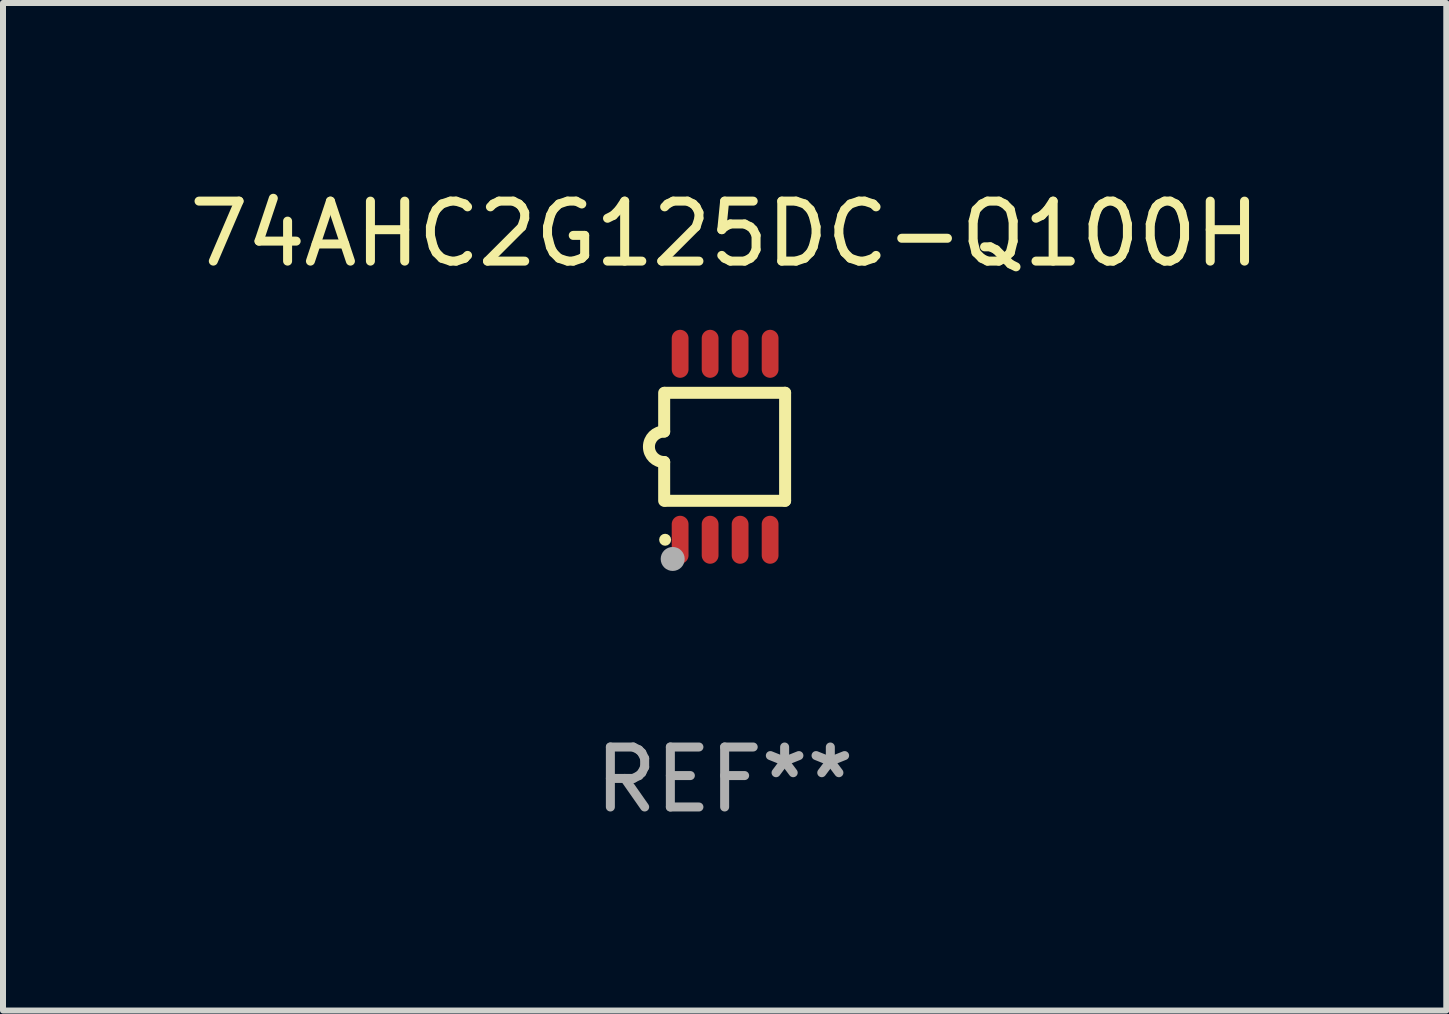
<source format=kicad_pcb>
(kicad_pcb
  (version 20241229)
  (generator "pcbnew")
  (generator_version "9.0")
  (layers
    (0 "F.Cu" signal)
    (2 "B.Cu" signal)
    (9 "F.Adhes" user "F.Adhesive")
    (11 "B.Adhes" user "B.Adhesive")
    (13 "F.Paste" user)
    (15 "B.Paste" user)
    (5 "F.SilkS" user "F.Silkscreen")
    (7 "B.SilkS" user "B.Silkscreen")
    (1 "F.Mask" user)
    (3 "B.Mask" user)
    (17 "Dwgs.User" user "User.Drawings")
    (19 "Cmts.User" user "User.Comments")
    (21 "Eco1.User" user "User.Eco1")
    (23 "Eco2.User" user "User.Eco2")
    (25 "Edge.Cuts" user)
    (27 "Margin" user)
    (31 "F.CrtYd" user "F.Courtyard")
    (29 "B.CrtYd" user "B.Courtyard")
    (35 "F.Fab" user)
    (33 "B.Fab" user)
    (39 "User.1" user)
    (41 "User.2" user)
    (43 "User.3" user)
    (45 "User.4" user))
  (footprint "74AHC2G125DC-Q100H"
    (layer "F.Cu")
    (at 9.03 4.398)
    (property "Reference" "74AHC2G125DC-Q100H" (at 0 -3.55 0) (layer "F.SilkS") (effects (font (size 1 1) (thickness 0.15))))
    (attr through_hole)
    (fp_line (start -1.008 -0.254) (end -1.008 -0.9) (stroke (width 0.2) (type solid)) (layer "F.SilkS"))
    (fp_line (start -1.008 0.254) (end -1.008 0.9) (stroke (width 0.2) (type solid)) (layer "F.SilkS"))
    (fp_line (start -0.992 0.9) (end 1.008 0.9) (stroke (width 0.2) (type solid)) (layer "F.SilkS"))
    (fp_line (start 1.008 -0.9) (end -0.992 -0.9) (stroke (width 0.2) (type solid)) (layer "F.SilkS"))
    (fp_line (start 1.008 0.9) (end 1.008 -0.9) (stroke (width 0.2) (type solid)) (layer "F.SilkS"))
    (fp_arc (start -1.008001 0.254001) (mid -1.262002 0) (end -1.008001 -0.254001) (stroke (width 0.2) (type solid)) (layer "F.SilkS"))
    (fp_circle (center -0.992 1.55) (end -0.942 1.55) (stroke (width 0.1) (type solid)) (fill no) (layer "F.SilkS"))
    (fp_circle (center -0.866 1.87) (end -0.766 1.87) (stroke (width 0.2) (type solid)) (fill no) (layer "F.Fab"))
    (fp_text user "REF**" (at 0 5.55 0) (layer "F.Fab") (effects (font (size 1 1) (thickness 0.15))))
    (pad "1" smd oval (at -0.742 1.55 270) (size 0.8 0.28) (layers "F.Cu" "F.Mask" "F.Paste"))
    (pad "2" smd oval (at -0.242 1.55 270) (size 0.8 0.28) (layers "F.Cu" "F.Mask" "F.Paste"))
    (pad "3" smd oval (at 0.258 1.55 270) (size 0.8 0.28) (layers "F.Cu" "F.Mask" "F.Paste"))
    (pad "4" smd oval (at 0.758 1.55 270) (size 0.8 0.28) (layers "F.Cu" "F.Mask" "F.Paste"))
    (pad "5" smd oval (at 0.758 -1.55 270) (size 0.8 0.28) (layers "F.Cu" "F.Mask" "F.Paste"))
    (pad "6" smd oval (at 0.258 -1.55 270) (size 0.8 0.28) (layers "F.Cu" "F.Mask" "F.Paste"))
    (pad "7" smd oval (at -0.242 -1.55 270) (size 0.8 0.28) (layers "F.Cu" "F.Mask" "F.Paste"))
    (pad "8" smd oval (at -0.742 -1.55 270) (size 0.8 0.28) (layers "F.Cu" "F.Mask" "F.Paste")))
  (gr_rect
    (start -3 -3)
    (end 21.06 13.796)
    (stroke (width 0.1) (type default))
    (fill no)
    (layer "Edge.Cuts")))
</source>
